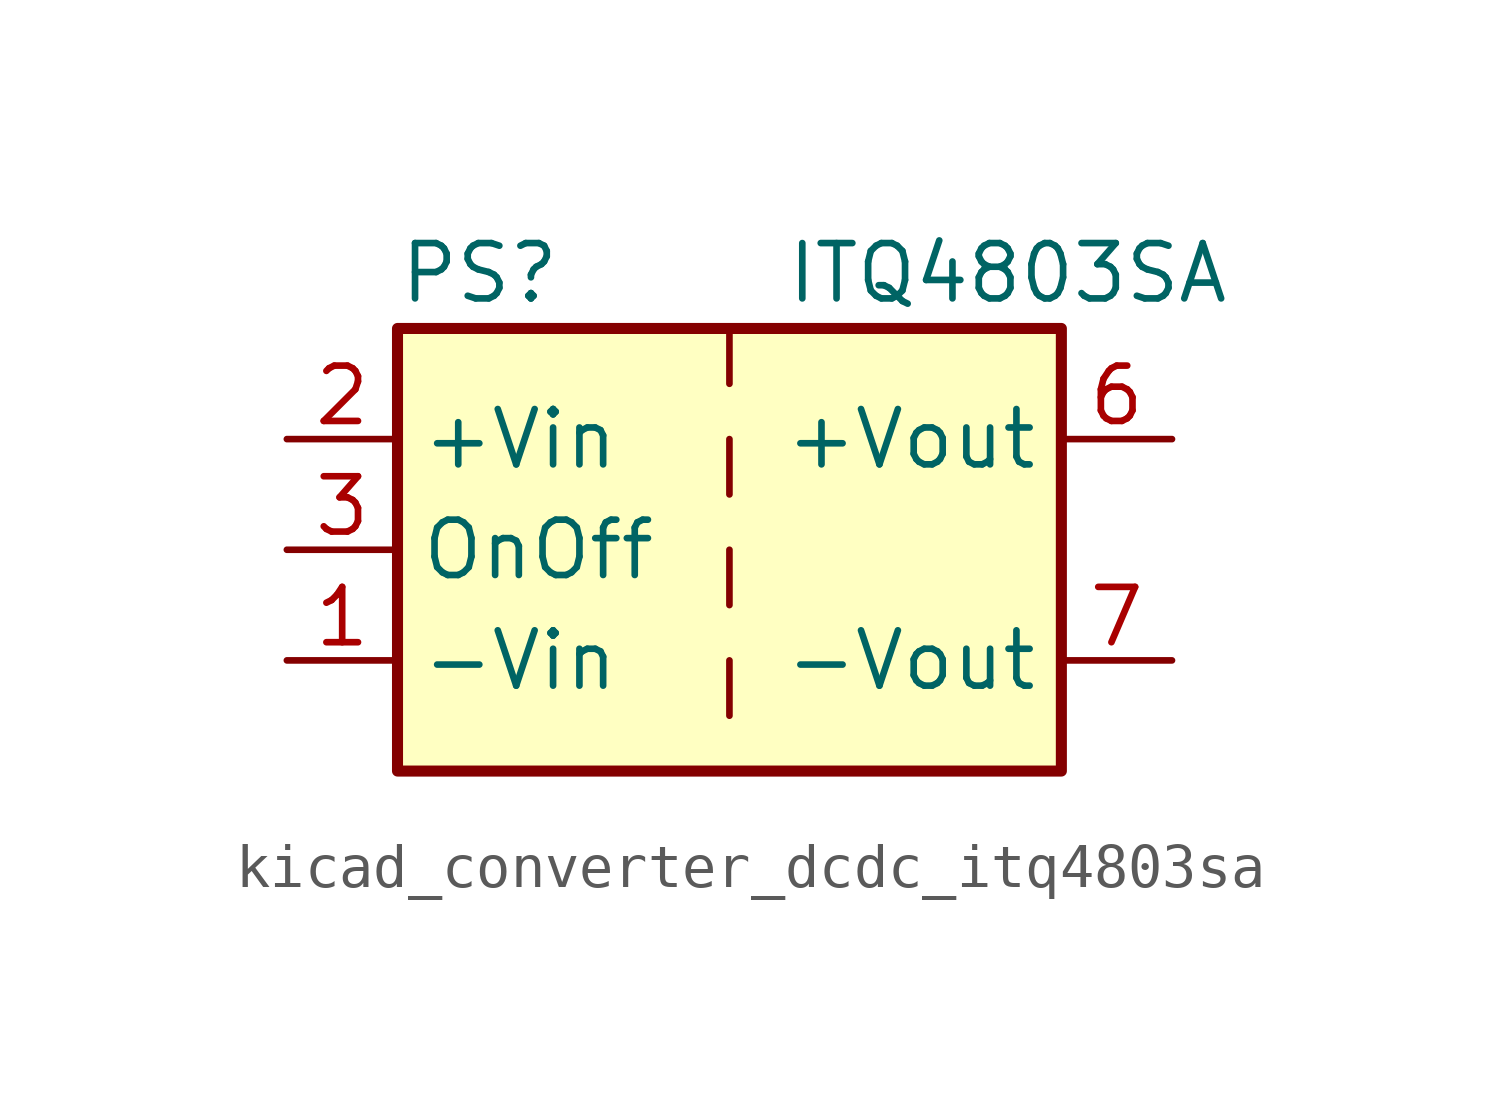
<source format=kicad_sym>
(kicad_symbol_lib
  (version 20220914)
  (generator kicad_symbol_editor)
  (symbol "kicad_converter_dcdc_itq4803sa"
    (property "Reference" "PS"
      (at -7.62 6.35 0)
      (effects (font (size 1.27 1.27)) (justify left)))
    (property "Value" "ITQ4803SA"
      (at 1.27 6.35 0)
      (effects (font (size 1.27 1.27)) (justify left)))
    (symbol "kicad_converter_dcdc_itq4803sa_0_0"
      (pin power_in line (at -10.16 -2.54 0) (length 2.54) (name "-Vin" (effects (font (size 1.27 1.27)))) (number "1" (effects (font (size 1.27 1.27)))))
      (pin power_in line (at -10.16 2.54 0) (length 2.54) (name "+Vin" (effects (font (size 1.27 1.27)))) (number "2" (effects (font (size 1.27 1.27)))))
      (pin input line (at -10.16 0 0) (length 2.54) (name "OnOff" (effects (font (size 1.27 1.27)))) (number "3" (effects (font (size 1.27 1.27)))))
      (pin no_connect line (at 0 5.08 270) (length 2.54) hide (name "NC" (effects (font (size 1.27 1.27)))) (number "5" (effects (font (size 1.27 1.27)))))
      (pin power_out line (at 10.16 2.54 180) (length 2.54) (name "+Vout" (effects (font (size 1.27 1.27)))) (number "6" (effects (font (size 1.27 1.27)))))
      (pin power_out line (at 10.16 -2.54 180) (length 2.54) (name "-Vout" (effects (font (size 1.27 1.27)))) (number "7" (effects (font (size 1.27 1.27)))))
      (pin no_connect line (at 7.62 0 180) (length 2.54) hide (name "NC" (effects (font (size 1.27 1.27)))) (number "8" (effects (font (size 1.27 1.27))))))
    (symbol "kicad_converter_dcdc_itq4803sa_0_1"
      (rectangle (start -7.62 5.08) (end 7.62 -5.08) (stroke (width 0.254) (type default)) (fill (type background)))
      (polyline (pts (xy 0 -2.54) (xy 0 -3.81)) (stroke (width 0) (type default)) (fill (type none)))
      (polyline (pts (xy 0 0) (xy 0 -1.27)) (stroke (width 0) (type default)) (fill (type none)))
      (polyline (pts (xy 0 2.54) (xy 0 1.27)) (stroke (width 0) (type default)) (fill (type none)))
      (polyline (pts (xy 0 5.08) (xy 0 3.81)) (stroke (width 0) (type default)) (fill (type none))))))
</source>
